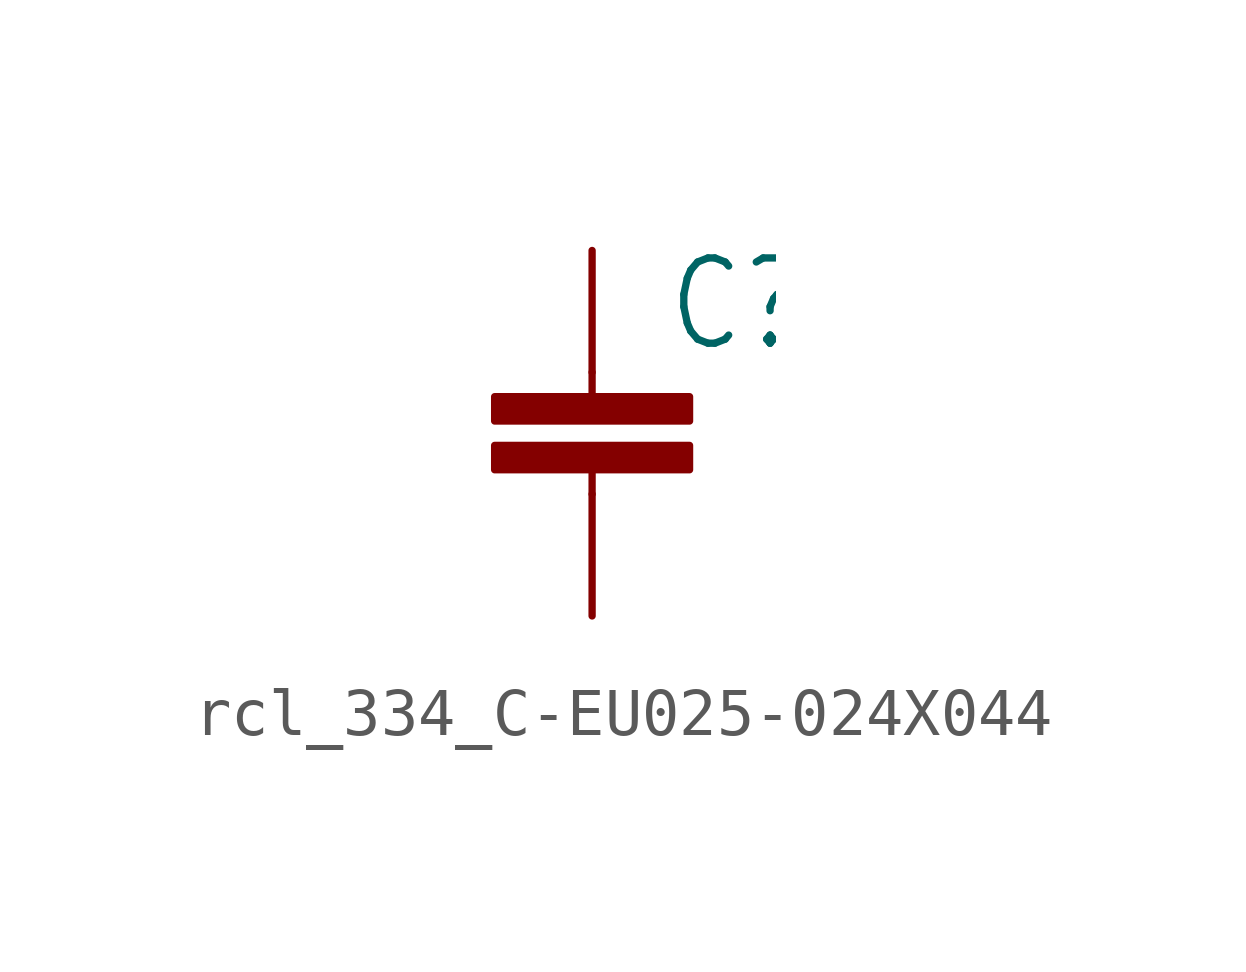
<source format=kicad_sym>
(kicad_symbol_lib
  (version 20241209)
  (generator "kicad_symbol_editor")
  (generator_version "9.0")
  (symbol "rcl_334_C-EU025-024X044"
    (property "Reference" "C"
      (at 1.524 0.381 0)
      (effects (font (size 1.778 1.511)) (justify left bottom)))
    (property "Value" ""
      (at 1.524 -4.699 0)
      (effects (font (size 1.778 1.511)) (justify left bottom)))
    (property "ki_locked" ""
      (at 0 0 0)
      (effects (font (size 1.27 1.27))))
    (symbol "rcl_334_C-EU025-024X044_1_0"
      (rectangle (start -2.032 -1.016) (end 2.032 -0.508) (stroke (width 0) (type default)) (fill (type outline)))
      (rectangle (start -2.032 -2.032) (end 2.032 -1.524) (stroke (width 0) (type default)) (fill (type outline)))
      (polyline (pts (xy 0 0) (xy 0 -0.508)) (stroke (width 0.152) (type solid)) (fill (type none)))
      (polyline (pts (xy 0 -2.54) (xy 0 -2.032)) (stroke (width 0.152) (type solid)) (fill (type none)))
      (pin passive line (at 0 2.54 270) (length 2.54) (name "1" (effects (font (size 0 0)))) (number "1" (effects (font (size 0 0)))))
      (pin passive line (at 0 -5.08 90) (length 2.54) (name "2" (effects (font (size 0 0)))) (number "2" (effects (font (size 0 0))))))))
</source>
